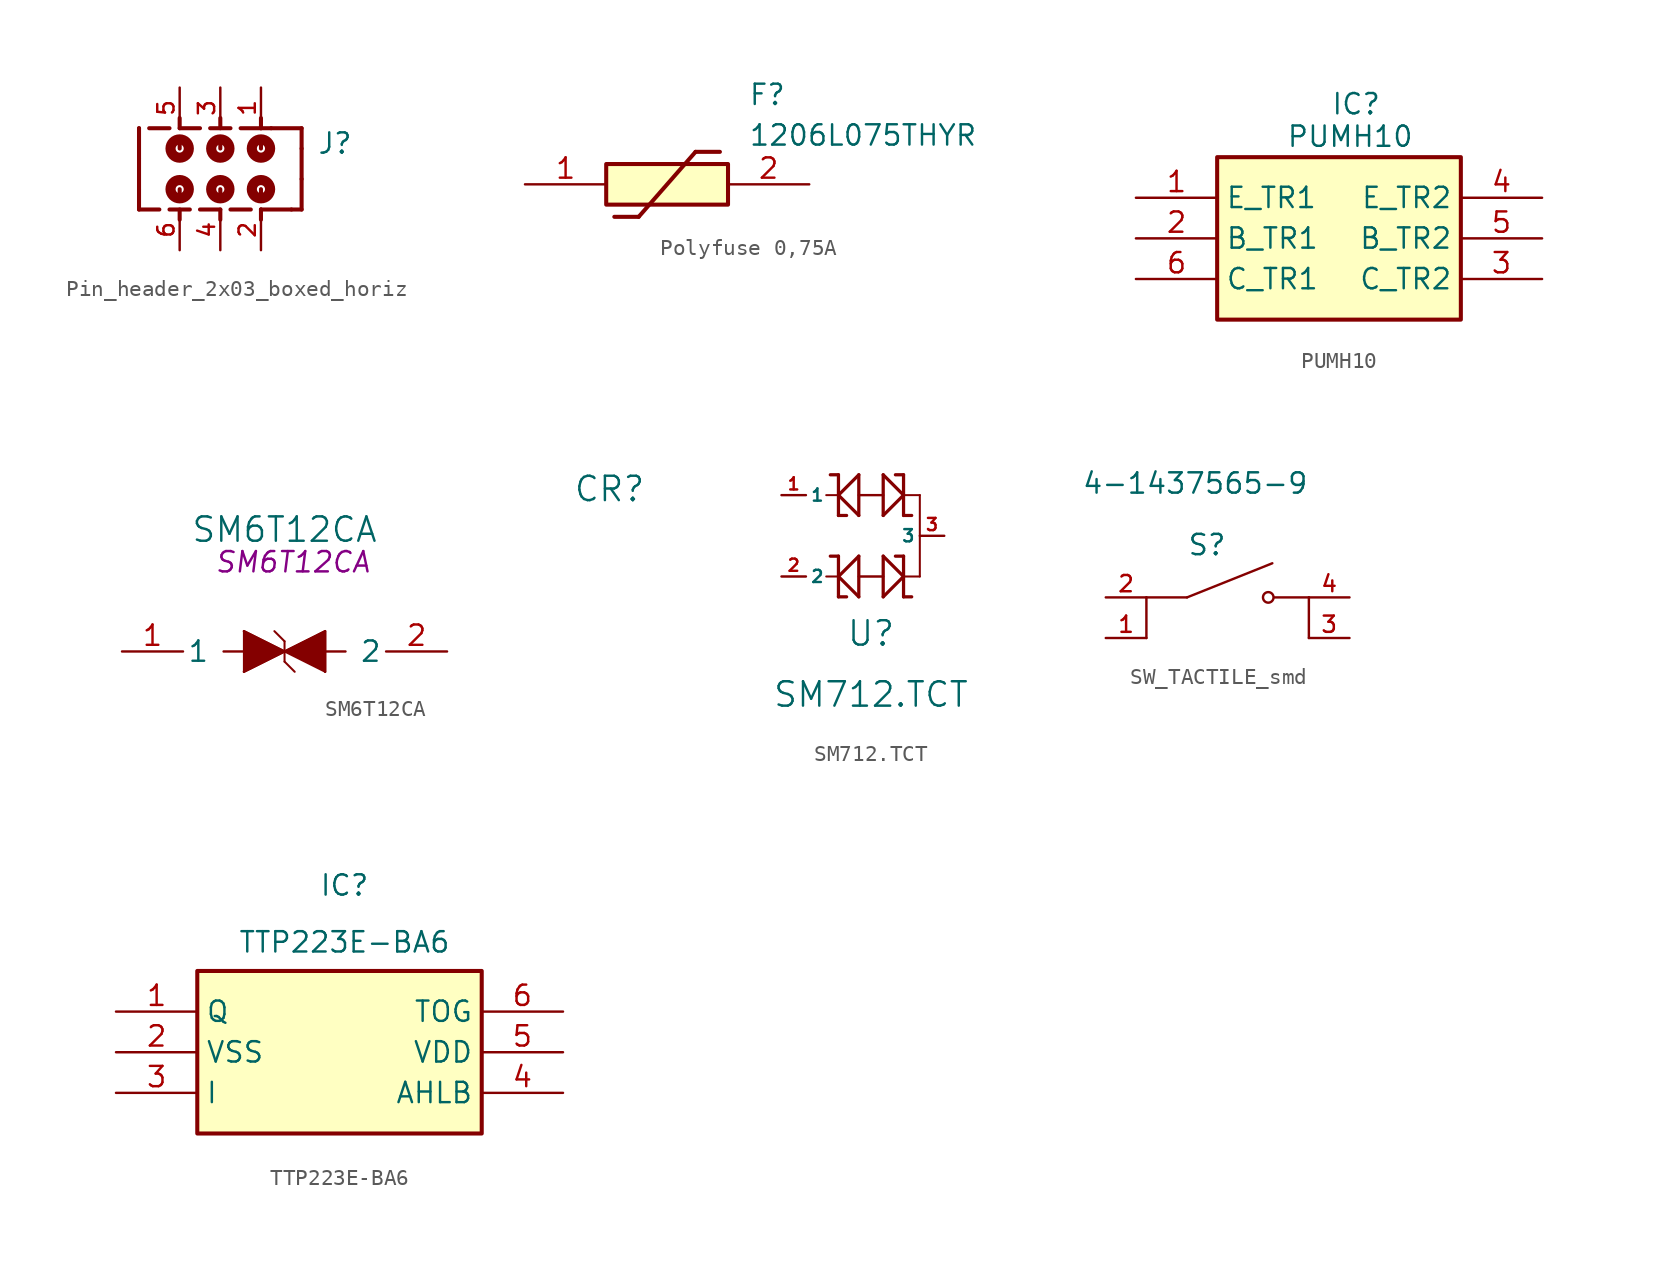
<source format=kicad_sym>
(kicad_symbol_lib
  (version 20241209)
  (generator "kicad_symbol_editor")
  (generator_version "9.0")
  (symbol "Pin_header_2x03_boxed_horiz"
    (pin_names
      (offset 1.016))
    (property "Reference" "J"
      (at 6.04 0.85 0)
      (effects (font (size 1.27 1.27)) (justify left bottom)))
    (symbol "Pin_header_2x03_boxed_horiz_0_0"
      (polyline (pts (xy -5.08 2.54) (xy -5.08 2.54)) (stroke (width 0.254) (type default)) (fill (type none)))
      (polyline (pts (xy -5.08 2.54) (xy -5.08 0.635)) (stroke (width 0.254) (type default)) (fill (type none)))
      (polyline (pts (xy -5.08 0.635) (xy -5.08 -1.27)) (stroke (width 0.254) (type default)) (fill (type none)))
      (polyline (pts (xy -5.08 -1.27) (xy -5.08 -2.54)) (stroke (width 0.254) (type default)) (fill (type none)))
      (polyline (pts (xy -5.08 -2.54) (xy -3.81 -2.54)) (stroke (width 0.254) (type default)) (fill (type none)))
      (polyline (pts (xy -3.175 2.54) (xy -4.445 2.54)) (stroke (width 0.254) (type default)) (fill (type none)))
      (polyline (pts (xy -3.175 -2.54) (xy -1.905 -2.54)) (stroke (width 0.254) (type default)) (fill (type none)))
      (polyline (pts (xy -2.54 3.175) (xy -2.54 2.54)) (stroke (width 0.254) (type default)) (fill (type none)))
      (circle (center -2.54 1.27) (radius 0.254) (stroke (width 0.635) (type default)) (fill (type none)))
      (polyline (pts (xy -2.54 1.27) (xy -2.54 1.905)) (stroke (width 0.254) (type default)) (fill (type none)))
      (circle (center -2.54 -1.27) (radius 0.254) (stroke (width 0.635) (type default)) (fill (type none)))
      (polyline (pts (xy -2.54 -1.27) (xy -2.54 -1.905)) (stroke (width 0.254) (type default)) (fill (type none)))
      (polyline (pts (xy -2.54 -3.175) (xy -2.54 -2.54)) (stroke (width 0.254) (type default)) (fill (type none)))
      (polyline (pts (xy -1.27 2.54) (xy -2.54 2.54)) (stroke (width 0.254) (type default)) (fill (type none)))
      (polyline (pts (xy -1.27 -2.54) (xy 0 -2.54)) (stroke (width 0.254) (type default)) (fill (type none)))
      (polyline (pts (xy 0 3.175) (xy 0 2.54)) (stroke (width 0.254) (type default)) (fill (type none)))
      (circle (center 0 1.27) (radius 0.254) (stroke (width 0.635) (type default)) (fill (type none)))
      (polyline (pts (xy 0 1.27) (xy 0 1.905)) (stroke (width 0.254) (type default)) (fill (type none)))
      (polyline (pts (xy 0 -1.27) (xy 0 -1.905)) (stroke (width 0.254) (type default)) (fill (type none)))
      (circle (center 0 -1.27) (radius 0.254) (stroke (width 0.635) (type default)) (fill (type none)))
      (polyline (pts (xy 0 -3.175) (xy 0 -2.54)) (stroke (width 0.254) (type default)) (fill (type none)))
      (polyline (pts (xy 0.635 2.54) (xy -0.635 2.54)) (stroke (width 0.254) (type default)) (fill (type none)))
      (polyline (pts (xy 0.635 -2.54) (xy 1.905 -2.54)) (stroke (width 0.254) (type default)) (fill (type none)))
      (polyline (pts (xy 2.54 3.175) (xy 2.54 2.54)) (stroke (width 0.254) (type default)) (fill (type none)))
      (polyline (pts (xy 2.54 2.54) (xy 1.27 2.54)) (stroke (width 0.254) (type default)) (fill (type none)))
      (polyline (pts (xy 2.54 1.27) (xy 2.54 1.905)) (stroke (width 0.254) (type default)) (fill (type none)))
      (circle (center 2.54 1.27) (radius 0.254) (stroke (width 0.635) (type default)) (fill (type none)))
      (polyline (pts (xy 2.54 -1.27) (xy 2.54 -1.905)) (stroke (width 0.254) (type default)) (fill (type none)))
      (circle (center 2.54 -1.27) (radius 0.254) (stroke (width 0.635) (type default)) (fill (type none)))
      (polyline (pts (xy 2.54 -2.54) (xy 2.54 -2.54)) (stroke (width 0.254) (type default)) (fill (type none)))
      (polyline (pts (xy 2.54 -2.54) (xy 4.445 -2.54)) (stroke (width 0.254) (type default)) (fill (type none)))
      (polyline (pts (xy 2.54 -3.175) (xy 2.54 -2.54)) (stroke (width 0.254) (type default)) (fill (type none)))
      (polyline (pts (xy 3.175 2.54) (xy 2.54 2.54)) (stroke (width 0.254) (type default)) (fill (type none)))
      (polyline (pts (xy 4.445 -2.54) (xy 5.08 -2.54)) (stroke (width 0.254) (type default)) (fill (type none)))
      (polyline (pts (xy 5.08 2.54) (xy 3.175 2.54)) (stroke (width 0.254) (type default)) (fill (type none)))
      (polyline (pts (xy 5.08 1.27) (xy 5.08 2.54)) (stroke (width 0.254) (type default)) (fill (type none)))
      (polyline (pts (xy 5.08 -0.635) (xy 5.08 1.27)) (stroke (width 0.254) (type default)) (fill (type none)))
      (polyline (pts (xy 5.08 -2.54) (xy 5.08 -0.635)) (stroke (width 0.254) (type default)) (fill (type none)))
      (pin passive line (at -2.54 5.08 270) (length 2.54) (name "~" (effects (font (size 1.016 1.016)))) (number "5" (effects (font (size 1.016 1.016)))))
      (pin passive line (at -2.54 -5.08 90) (length 2.54) (name "~" (effects (font (size 1.016 1.016)))) (number "6" (effects (font (size 1.016 1.016)))))
      (pin passive line (at 0 5.08 270) (length 2.54) (name "~" (effects (font (size 1.016 1.016)))) (number "3" (effects (font (size 1.016 1.016)))))
      (pin passive line (at 0 -5.08 90) (length 2.54) (name "~" (effects (font (size 1.016 1.016)))) (number "4" (effects (font (size 1.016 1.016)))))
      (pin passive line (at 2.54 5.08 270) (length 2.54) (name "~" (effects (font (size 1.016 1.016)))) (number "1" (effects (font (size 1.016 1.016)))))
      (pin passive line (at 2.54 -5.08 90) (length 2.54) (name "~" (effects (font (size 1.016 1.016)))) (number "2" (effects (font (size 1.016 1.016)))))))
  (symbol "Polyfuse 0,75A"
    (pin_names
      (hide yes))
    (property "Reference" "F"
      (at 13.97 6.35 0)
      (effects (font (size 1.27 1.27)) (justify left top)))
    (property "Value" "1206L075THYR"
      (at 13.97 3.81 0)
      (effects (font (size 1.27 1.27)) (justify left top)))
    (symbol "Polyfuse 0,75A_1_1"
      (rectangle (start 5.08 1.27) (end 12.7 -1.27) (stroke (width 0.254) (type default)) (fill (type background)))
      (polyline (pts (xy 5.588 -2.032) (xy 7.112 -2.032)) (stroke (width 0.254) (type default)) (fill (type none)))
      (polyline (pts (xy 10.668 2.032) (xy 7.112 -2.032)) (stroke (width 0.254) (type default)) (fill (type none)))
      (polyline (pts (xy 10.668 2.032) (xy 12.192 2.032)) (stroke (width 0.254) (type default)) (fill (type none)))
      (pin passive line (at 0 0 0) (length 5.08) (name "1" (effects (font (size 1.27 1.27)))) (number "1" (effects (font (size 1.27 1.27)))))
      (pin passive line (at 17.78 0 180) (length 5.08) (name "2" (effects (font (size 1.27 1.27)))) (number "2" (effects (font (size 1.27 1.27)))))))
  (symbol "PUMH10"
    (property "Reference" "IC"
      (at 12.192 6.604 0)
      (effects (font (size 1.27 1.27)) (justify left top)))
    (property "Value" "PUMH10"
      (at 9.398 4.572 0)
      (effects (font (size 1.27 1.27)) (justify left top)))
    (symbol "PUMH10_1_1"
      (rectangle (start 5.08 2.54) (end 20.32 -7.62) (stroke (width 0.254) (type default)) (fill (type background)))
      (pin passive line (at 0 0 0) (length 5.08) (name "E_TR1" (effects (font (size 1.27 1.27)))) (number "1" (effects (font (size 1.27 1.27)))))
      (pin passive line (at 0 -2.54 0) (length 5.08) (name "B_TR1" (effects (font (size 1.27 1.27)))) (number "2" (effects (font (size 1.27 1.27)))))
      (pin passive line (at 0 -5.08 0) (length 5.08) (name "C_TR1" (effects (font (size 1.27 1.27)))) (number "6" (effects (font (size 1.27 1.27)))))
      (pin passive line (at 25.4 0 180) (length 5.08) (name "E_TR2" (effects (font (size 1.27 1.27)))) (number "4" (effects (font (size 1.27 1.27)))))
      (pin passive line (at 25.4 -2.54 180) (length 5.08) (name "B_TR2" (effects (font (size 1.27 1.27)))) (number "5" (effects (font (size 1.27 1.27)))))
      (pin passive line (at 25.4 -5.08 180) (length 5.08) (name "C_TR2" (effects (font (size 1.27 1.27)))) (number "3" (effects (font (size 1.27 1.27)))))))
  (symbol "SM6T12CA"
    (pin_names
      (offset 0.254))
    (property "Reference" "CR"
      (at 20.32 10.16 0)
      (effects (font (size 1.524 1.524))))
    (property "Value" "SM6T12CA"
      (at 0 7.62 0)
      (effects (font (size 1.524 1.524))))
    (property "Datasheet" "SM6T12CA"
      (at 0.508 5.588 0)
      (effects (font (size 1.27 1.27) (italic yes))))
    (symbol "SM6T12CA_0_1"
      (polyline (pts (xy -3.81 0) (xy 3.81 0)) (stroke (width 0) (type default)) (fill (type none)))
      (polyline (pts (xy -2.54 1.27) (xy -2.54 -1.27)) (stroke (width 0.127) (type default)) (fill (type none)))
      (polyline (pts (xy -2.54 1.27) (xy 0 0) (xy -2.54 -1.27)) (stroke (width 0) (type default)) (fill (type outline)))
      (polyline (pts (xy -2.54 -1.27) (xy 0 0)) (stroke (width 0.127) (type default)) (fill (type none)))
      (polyline (pts (xy 0 0.635) (xy -0.635 1.27)) (stroke (width 0.127) (type default)) (fill (type none)))
      (polyline (pts (xy 0 0) (xy -2.54 1.27)) (stroke (width 0.127) (type default)) (fill (type none)))
      (polyline (pts (xy 0 0) (xy 2.54 1.27)) (stroke (width 0.127) (type default)) (fill (type none)))
      (polyline (pts (xy 0 0) (xy 2.54 -1.27)) (stroke (width 0.127) (type default)) (fill (type none)))
      (polyline (pts (xy 0 0) (xy 2.54 1.27) (xy 2.54 -1.27)) (stroke (width 0) (type default)) (fill (type outline)))
      (polyline (pts (xy 0 -0.635) (xy 0 0.635)) (stroke (width 0.127) (type default)) (fill (type none)))
      (polyline (pts (xy 0 -0.635) (xy 0.635 -1.27)) (stroke (width 0.127) (type default)) (fill (type none)))
      (polyline (pts (xy 2.54 -1.27) (xy 2.54 1.27)) (stroke (width 0.127) (type default)) (fill (type none))))
    (symbol "SM6T12CA_1_1"
      (pin unspecified line (at -10.16 0 0) (length 3.81) (name "1" (effects (font (size 1.27 1.27)))) (number "1" (effects (font (size 1.27 1.27)))))
      (pin unspecified line (at 10.16 0 180) (length 3.81) (name "2" (effects (font (size 1.27 1.27)))) (number "2" (effects (font (size 1.27 1.27)))))))
  (symbol "SM712.TCT"
    (pin_names
      (offset 0.254))
    (property "Reference" "U"
      (at 5.588 -11.176 0)
      (effects (font (size 1.524 1.524))))
    (property "Value" "SM712.TCT"
      (at 5.588 -14.986 0)
      (effects (font (size 1.524 1.524))))
    (symbol "SM712.TCT_0_1"
      (polyline (pts (xy 3.556 -1.27) (xy 3.048 -1.27)) (stroke (width 0.203) (type default)) (fill (type none)))
      (polyline (pts (xy 3.556 -1.27) (xy 3.556 -3.81)) (stroke (width 0.203) (type default)) (fill (type none)))
      (polyline (pts (xy 3.556 -3.81) (xy 4.064 -3.81)) (stroke (width 0.203) (type default)) (fill (type none)))
      (polyline (pts (xy 3.556 -6.35) (xy 3.048 -6.35)) (stroke (width 0.203) (type default)) (fill (type none)))
      (polyline (pts (xy 3.556 -6.35) (xy 3.556 -8.89)) (stroke (width 0.203) (type default)) (fill (type none)))
      (polyline (pts (xy 3.556 -8.89) (xy 4.064 -8.89)) (stroke (width 0.203) (type default)) (fill (type none)))
      (polyline (pts (xy 4.826 -1.27) (xy 3.556 -2.54)) (stroke (width 0.203) (type default)) (fill (type none)))
      (polyline (pts (xy 4.826 -1.27) (xy 4.826 -3.81)) (stroke (width 0.203) (type default)) (fill (type none)))
      (polyline (pts (xy 4.826 -3.81) (xy 3.556 -2.54)) (stroke (width 0.203) (type default)) (fill (type none)))
      (polyline (pts (xy 4.826 -6.35) (xy 3.556 -7.62)) (stroke (width 0.203) (type default)) (fill (type none)))
      (polyline (pts (xy 4.826 -6.35) (xy 4.826 -8.89)) (stroke (width 0.203) (type default)) (fill (type none)))
      (polyline (pts (xy 4.826 -8.89) (xy 3.556 -7.62)) (stroke (width 0.203) (type default)) (fill (type none)))
      (polyline (pts (xy 6.35 -1.27) (xy 7.62 -2.54)) (stroke (width 0.203) (type default)) (fill (type none)))
      (polyline (pts (xy 6.35 -3.81) (xy 6.35 -1.27)) (stroke (width 0.203) (type default)) (fill (type none)))
      (polyline (pts (xy 6.35 -3.81) (xy 7.62 -2.54)) (stroke (width 0.203) (type default)) (fill (type none)))
      (polyline (pts (xy 6.35 -6.35) (xy 7.62 -7.62)) (stroke (width 0.203) (type default)) (fill (type none)))
      (polyline (pts (xy 6.35 -8.89) (xy 6.35 -6.35)) (stroke (width 0.203) (type default)) (fill (type none)))
      (polyline (pts (xy 6.35 -8.89) (xy 7.62 -7.62)) (stroke (width 0.203) (type default)) (fill (type none)))
      (polyline (pts (xy 7.62 -1.27) (xy 7.112 -1.27)) (stroke (width 0.203) (type default)) (fill (type none)))
      (polyline (pts (xy 7.62 -3.81) (xy 7.62 -1.27)) (stroke (width 0.203) (type default)) (fill (type none)))
      (polyline (pts (xy 7.62 -3.81) (xy 8.128 -3.81)) (stroke (width 0.203) (type default)) (fill (type none)))
      (polyline (pts (xy 7.62 -6.35) (xy 7.112 -6.35)) (stroke (width 0.203) (type default)) (fill (type none)))
      (polyline (pts (xy 7.62 -8.89) (xy 7.62 -6.35)) (stroke (width 0.203) (type default)) (fill (type none)))
      (polyline (pts (xy 7.62 -8.89) (xy 8.128 -8.89)) (stroke (width 0.203) (type default)) (fill (type none))))
    (symbol "SM712.TCT_1_1"
      (polyline (pts (xy 2.794 -2.54) (xy 3.556 -2.54)) (stroke (width 0.127) (type solid)) (fill (type none)))
      (polyline (pts (xy 2.794 -7.62) (xy 3.556 -7.62)) (stroke (width 0.127) (type solid)) (fill (type none)))
      (polyline (pts (xy 4.826 -2.54) (xy 6.35 -2.54)) (stroke (width 0) (type default)) (fill (type none)))
      (polyline (pts (xy 4.826 -7.62) (xy 6.35 -7.62)) (stroke (width 0) (type default)) (fill (type none)))
      (polyline (pts (xy 7.62 -2.54) (xy 8.636 -2.54)) (stroke (width 0.127) (type solid)) (fill (type none)))
      (polyline (pts (xy 7.62 -7.62) (xy 8.636 -7.62)) (stroke (width 0.127) (type solid)) (fill (type none)))
      (polyline (pts (xy 8.636 -2.54) (xy 8.636 -7.62)) (stroke (width 0.127) (type solid)) (fill (type none)))
      (pin passive line (at 0 -2.54 0) (length 1.524) (name "1" (effects (font (size 0.762 0.762)))) (number "1" (effects (font (size 0.762 0.762)))))
      (pin passive line (at 0 -7.62 0) (length 1.524) (name "2" (effects (font (size 0.762 0.762)))) (number "2" (effects (font (size 0.762 0.762)))))
      (pin passive line (at 10.16 -5.08 180) (length 1.524) (name "3" (effects (font (size 0.762 0.762)))) (number "3" (effects (font (size 0.762 0.762)))))))
  (symbol "SW_TACTILE_smd"
    (pin_names
      (offset 1.016))
    (property "Reference" "S"
      (at -2.54 2.54 0)
      (effects (font (size 1.27 1.27)) (justify left bottom)))
    (property "Value" "4-1437565-9"
      (at -9.144 7.874 0)
      (effects (font (size 1.27 1.27)) (justify left top)))
    (symbol "SW_TACTILE_smd_0_0"
      (polyline (pts (xy -2.54 0) (xy -5.08 0)) (stroke (width 0.152) (type default)) (fill (type none)))
      (polyline (pts (xy -2.54 0) (xy 2.794 2.134)) (stroke (width 0.152) (type default)) (fill (type none)))
      (circle (center 2.54 0) (radius 0.33) (stroke (width 0.152) (type default)) (fill (type none)))
      (polyline (pts (xy 5.08 0) (xy 2.921 0)) (stroke (width 0.152) (type default)) (fill (type none)))
      (pin passive line (at -7.62 0 0) (length 2.54) (name "~" (effects (font (size 1.016 1.016)))) (number "2" (effects (font (size 1.016 1.016)))))
      (pin passive line (at -7.62 -2.54 0) (length 2.54) (name "~" (effects (font (size 1.016 1.016)))) (number "1" (effects (font (size 1.016 1.016)))))
      (pin passive line (at 7.62 0 180) (length 2.54) (name "~" (effects (font (size 1.016 1.016)))) (number "4" (effects (font (size 1.016 1.016)))))
      (pin passive line (at 7.62 -2.54 180) (length 2.54) (name "~" (effects (font (size 1.016 1.016)))) (number "3" (effects (font (size 1.016 1.016))))))
    (symbol "SW_TACTILE_smd_0_1"
      (polyline (pts (xy -5.08 -2.54) (xy -5.08 0)) (stroke (width 0) (type default)) (fill (type none)))
      (polyline (pts (xy 5.08 0) (xy 5.08 -2.54)) (stroke (width 0) (type default)) (fill (type none)))))
  (symbol "TTP223E-BA6"
    (property "Reference" "IC"
      (at 12.7 8.636 0)
      (effects (font (size 1.27 1.27)) (justify left top)))
    (property "Value" "TTP223E-BA6"
      (at 7.62 5.08 0)
      (effects (font (size 1.27 1.27)) (justify left top)))
    (symbol "TTP223E-BA6_1_1"
      (rectangle (start 5.08 2.54) (end 22.86 -7.62) (stroke (width 0.254) (type default)) (fill (type background)))
      (pin passive line (at 0 0 0) (length 5.08) (name "Q" (effects (font (size 1.27 1.27)))) (number "1" (effects (font (size 1.27 1.27)))))
      (pin passive line (at 0 -2.54 0) (length 5.08) (name "VSS" (effects (font (size 1.27 1.27)))) (number "2" (effects (font (size 1.27 1.27)))))
      (pin passive line (at 0 -5.08 0) (length 5.08) (name "I" (effects (font (size 1.27 1.27)))) (number "3" (effects (font (size 1.27 1.27)))))
      (pin passive line (at 27.94 0 180) (length 5.08) (name "TOG" (effects (font (size 1.27 1.27)))) (number "6" (effects (font (size 1.27 1.27)))))
      (pin passive line (at 27.94 -2.54 180) (length 5.08) (name "VDD" (effects (font (size 1.27 1.27)))) (number "5" (effects (font (size 1.27 1.27)))))
      (pin passive line (at 27.94 -5.08 180) (length 5.08) (name "AHLB" (effects (font (size 1.27 1.27)))) (number "4" (effects (font (size 1.27 1.27))))))))
</source>
